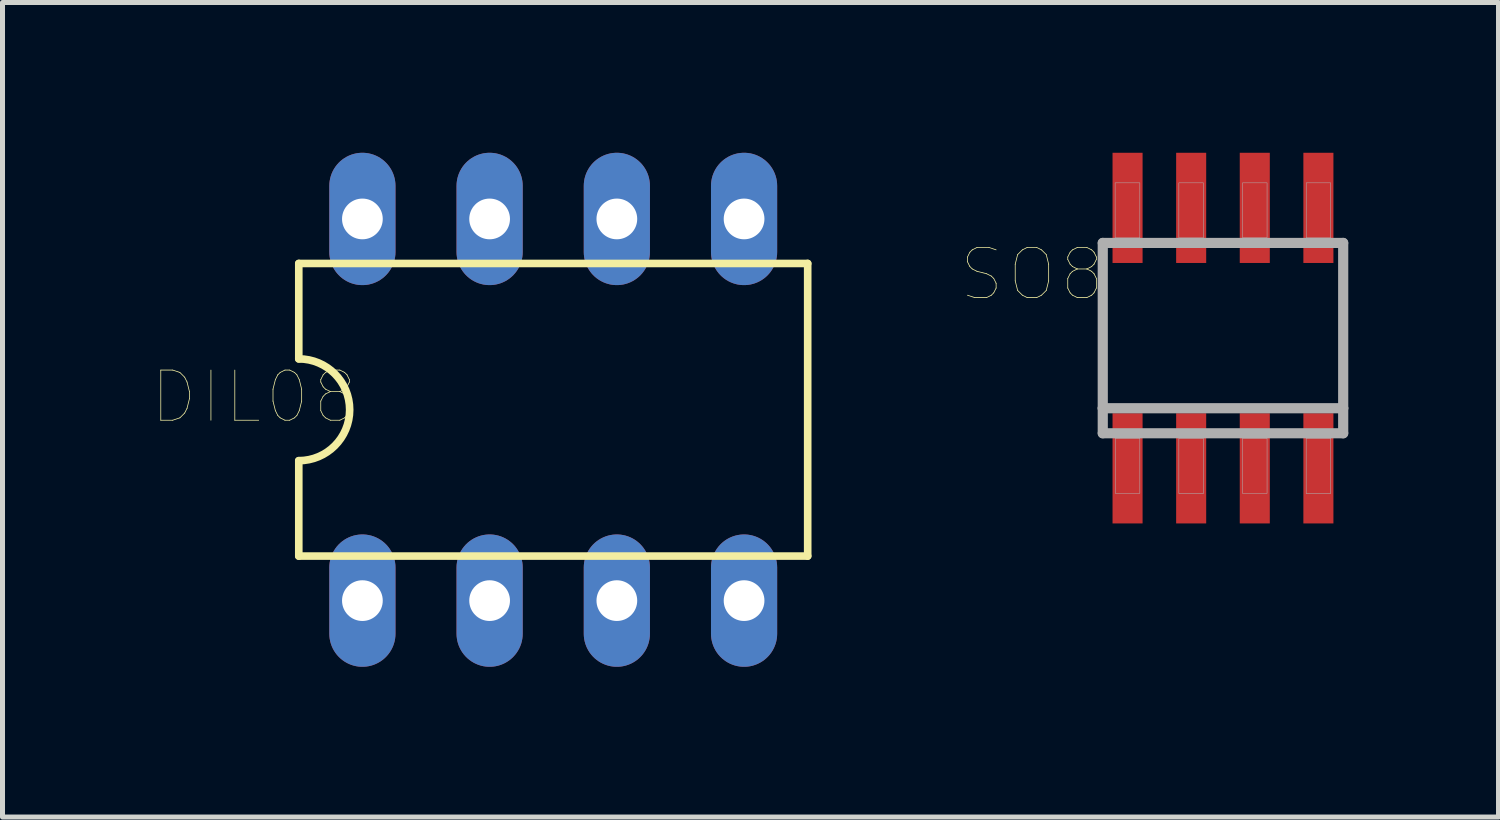
<source format=kicad_pcb>
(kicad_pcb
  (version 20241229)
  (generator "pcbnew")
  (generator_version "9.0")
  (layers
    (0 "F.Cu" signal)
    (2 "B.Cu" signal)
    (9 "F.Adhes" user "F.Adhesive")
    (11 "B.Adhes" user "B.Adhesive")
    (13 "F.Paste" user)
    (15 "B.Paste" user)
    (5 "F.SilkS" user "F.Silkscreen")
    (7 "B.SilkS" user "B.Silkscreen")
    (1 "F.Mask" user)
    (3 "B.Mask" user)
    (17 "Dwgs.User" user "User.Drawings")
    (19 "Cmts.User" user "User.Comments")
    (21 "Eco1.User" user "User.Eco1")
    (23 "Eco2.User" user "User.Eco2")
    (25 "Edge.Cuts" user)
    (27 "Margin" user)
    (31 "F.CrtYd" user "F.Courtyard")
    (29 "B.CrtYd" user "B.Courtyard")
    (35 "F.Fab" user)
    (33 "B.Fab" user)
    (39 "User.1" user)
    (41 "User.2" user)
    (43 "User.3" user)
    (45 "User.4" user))
  (footprint "DIL08"
    (layer "F.Cu")
    (at 7.995 5.131)
    (property "Reference" "DIL08" (at -5.976 -0.254 180) (layer "F.SilkS") (effects (font (size 1.001 1.001) (thickness 0.015))))
    (attr through_hole)
    (fp_line (start -5.08 -2.921) (end -5.08 -1.016) (stroke (width 0.152) (type solid)) (layer "F.SilkS"))
    (fp_line (start -5.08 2.921) (end -5.08 1.016) (stroke (width 0.152) (type solid)) (layer "F.SilkS"))
    (fp_line (start -5.08 2.921) (end 5.08 2.921) (stroke (width 0.152) (type solid)) (layer "F.SilkS"))
    (fp_line (start 5.08 -2.921) (end -5.08 -2.921) (stroke (width 0.152) (type solid)) (layer "F.SilkS"))
    (fp_line (start 5.08 -2.921) (end 5.08 2.921) (stroke (width 0.152) (type solid)) (layer "F.SilkS"))
    (fp_arc (start -5.08 -1.016) (mid -4.064 0) (end -5.08 1.016) (stroke (width 0.1524) (type solid)) (layer "F.SilkS"))
    (pad "1" thru_hole oval (at -3.81 3.81) (size 1.321 2.642) (drill 0.813) (layers "*.Cu" "*.Mask"))
    (pad "2" thru_hole oval (at -1.27 3.81) (size 1.321 2.642) (drill 0.813) (layers "*.Cu" "*.Mask"))
    (pad "3" thru_hole oval (at 1.27 3.81) (size 1.321 2.642) (drill 0.813) (layers "*.Cu" "*.Mask"))
    (pad "4" thru_hole oval (at 3.81 3.81) (size 1.321 2.642) (drill 0.813) (layers "*.Cu" "*.Mask"))
    (pad "5" thru_hole oval (at 3.81 -3.81) (size 1.321 2.642) (drill 0.813) (layers "*.Cu" "*.Mask"))
    (pad "6" thru_hole oval (at 1.27 -3.81) (size 1.321 2.642) (drill 0.813) (layers "*.Cu" "*.Mask"))
    (pad "7" thru_hole oval (at -1.27 -3.81) (size 1.321 2.642) (drill 0.813) (layers "*.Cu" "*.Mask"))
    (pad "8" thru_hole oval (at -3.81 -3.81) (size 1.321 2.642) (drill 0.813) (layers "*.Cu" "*.Mask")))
  (footprint "SO8"
    (layer "F.Cu")
    (at 21.366 3.7)
    (property "Reference" "SO8" (at -3.814 -1.271 180) (layer "F.SilkS") (effects (font (size 1.001 1.001) (thickness 0.015))))
    (attr through_hole)
    (fp_line (start -2.4 -1.9) (end 2.4 -1.9) (stroke (width 0.203) (type solid)) (layer "F.Fab"))
    (fp_line (start -2.4 1.4) (end -2.4 -1.9) (stroke (width 0.203) (type solid)) (layer "F.Fab"))
    (fp_line (start -2.4 1.9) (end -2.4 1.4) (stroke (width 0.203) (type solid)) (layer "F.Fab"))
    (fp_line (start 2.4 -1.9) (end 2.4 1.4) (stroke (width 0.203) (type solid)) (layer "F.Fab"))
    (fp_line (start 2.4 1.4) (end -2.4 1.4) (stroke (width 0.203) (type solid)) (layer "F.Fab"))
    (fp_line (start 2.4 1.4) (end 2.4 1.9) (stroke (width 0.203) (type solid)) (layer "F.Fab"))
    (fp_line (start 2.4 1.9) (end -2.4 1.9) (stroke (width 0.203) (type solid)) (layer "F.Fab"))
    (fp_poly (pts (xy -2.153 -3.1) (xy -1.66 -3.1) (xy -1.66 -2.002) (xy -2.153 -2.002)) (stroke (width 0.01) (type solid)) (fill no) (layer "F.Fab"))
    (fp_poly (pts (xy -2.15 2) (xy -1.66 2) (xy -1.66 3.1) (xy -2.15 3.1)) (stroke (width 0.01) (type solid)) (fill no) (layer "F.Fab"))
    (fp_poly (pts (xy -0.881 2) (xy -0.39 2) (xy -0.39 3.103) (xy -0.881 3.103)) (stroke (width 0.01) (type solid)) (fill no) (layer "F.Fab"))
    (fp_poly (pts (xy -0.881 -3.1) (xy -0.39 -3.1) (xy -0.39 -2.001) (xy -0.881 -2.001)) (stroke (width 0.01) (type solid)) (fill no) (layer "F.Fab"))
    (fp_poly (pts (xy 0.39 2) (xy 0.88 2) (xy 0.88 3.101) (xy 0.39 3.101)) (stroke (width 0.01) (type solid)) (fill no) (layer "F.Fab"))
    (fp_poly (pts (xy 0.39 -3.1) (xy 0.88 -3.1) (xy 0.88 -2.003) (xy 0.39 -2.003)) (stroke (width 0.01) (type solid)) (fill no) (layer "F.Fab"))
    (fp_poly (pts (xy 1.661 2) (xy 2.15 2) (xy 2.15 3.102) (xy 1.661 3.102)) (stroke (width 0.01) (type solid)) (fill no) (layer "F.Fab"))
    (fp_poly (pts (xy 1.662 -3.1) (xy 2.15 -3.1) (xy 2.15 -2.002) (xy 1.662 -2.002)) (stroke (width 0.01) (type solid)) (fill no) (layer "F.Fab"))
    (pad "1" smd rect (at -1.905 2.6) (size 0.6 2.2) (layers "F.Cu" "F.Mask" "F.Paste"))
    (pad "2" smd rect (at -0.635 2.6) (size 0.6 2.2) (layers "F.Cu" "F.Mask" "F.Paste"))
    (pad "3" smd rect (at 0.635 2.6) (size 0.6 2.2) (layers "F.Cu" "F.Mask" "F.Paste"))
    (pad "4" smd rect (at 1.905 2.6) (size 0.6 2.2) (layers "F.Cu" "F.Mask" "F.Paste"))
    (pad "5" smd rect (at 1.905 -2.6) (size 0.6 2.2) (layers "F.Cu" "F.Mask" "F.Paste"))
    (pad "6" smd rect (at 0.635 -2.6) (size 0.6 2.2) (layers "F.Cu" "F.Mask" "F.Paste"))
    (pad "7" smd rect (at -0.635 -2.6) (size 0.6 2.2) (layers "F.Cu" "F.Mask" "F.Paste"))
    (pad "8" smd rect (at -1.905 -2.6) (size 0.6 2.2) (layers "F.Cu" "F.Mask" "F.Paste")))
  (gr_rect
    (start -3 -3)
    (end 26.867 13.262)
    (stroke (width 0.1) (type default))
    (fill no)
    (layer "Edge.Cuts")))
</source>
